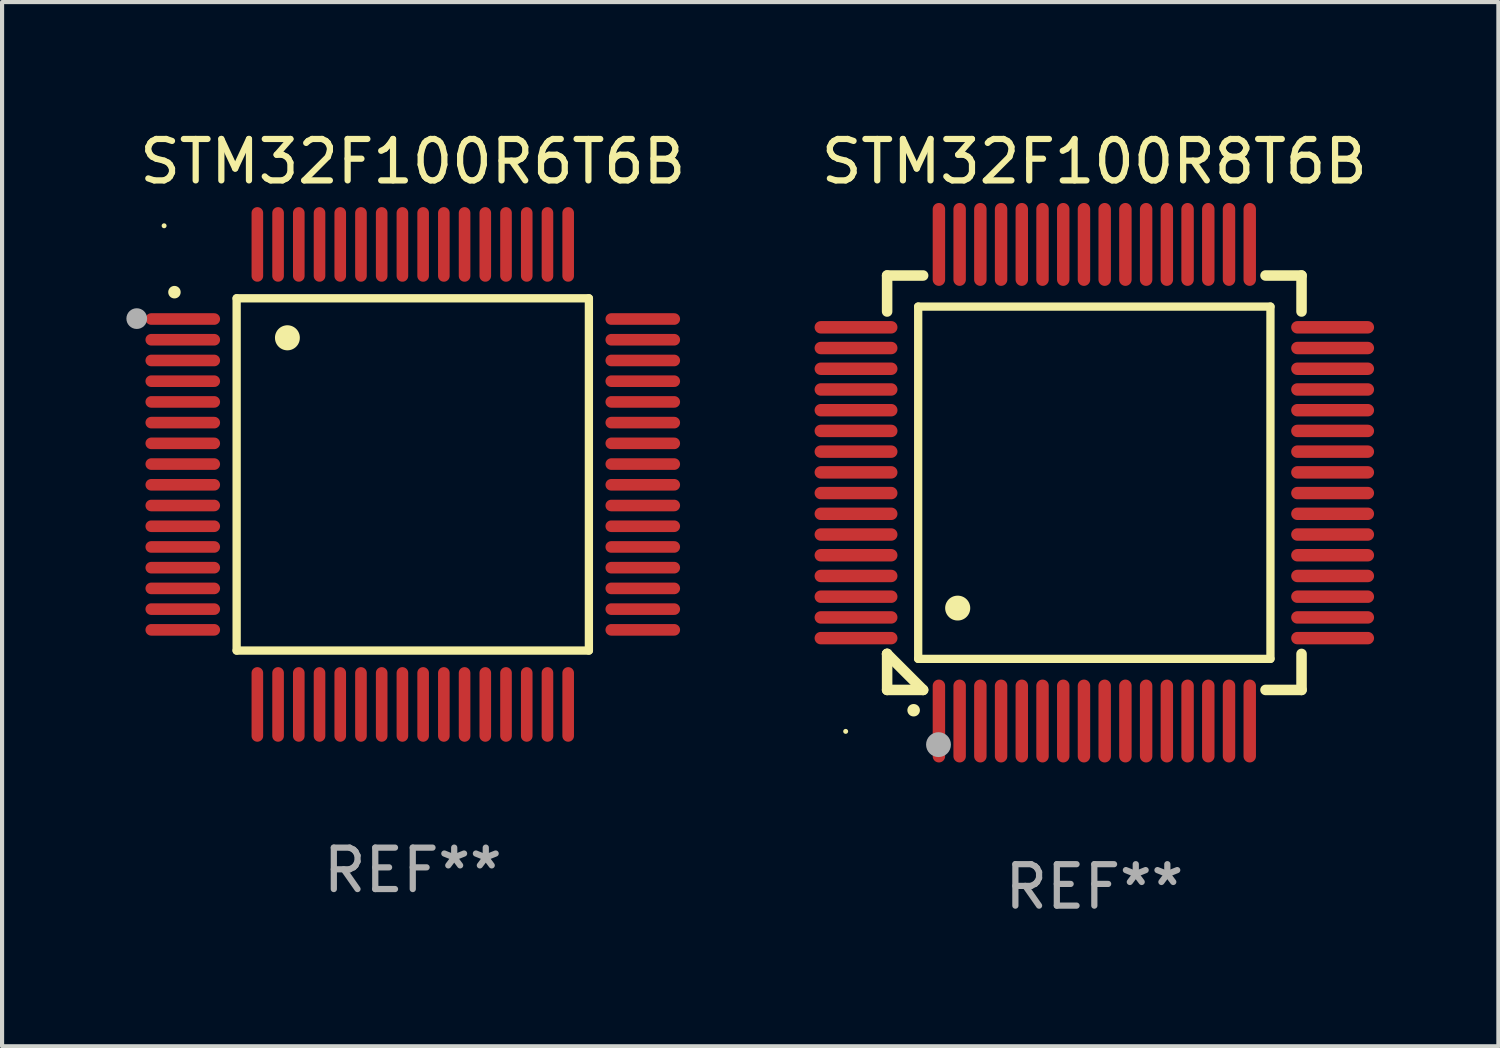
<source format=kicad_pcb>
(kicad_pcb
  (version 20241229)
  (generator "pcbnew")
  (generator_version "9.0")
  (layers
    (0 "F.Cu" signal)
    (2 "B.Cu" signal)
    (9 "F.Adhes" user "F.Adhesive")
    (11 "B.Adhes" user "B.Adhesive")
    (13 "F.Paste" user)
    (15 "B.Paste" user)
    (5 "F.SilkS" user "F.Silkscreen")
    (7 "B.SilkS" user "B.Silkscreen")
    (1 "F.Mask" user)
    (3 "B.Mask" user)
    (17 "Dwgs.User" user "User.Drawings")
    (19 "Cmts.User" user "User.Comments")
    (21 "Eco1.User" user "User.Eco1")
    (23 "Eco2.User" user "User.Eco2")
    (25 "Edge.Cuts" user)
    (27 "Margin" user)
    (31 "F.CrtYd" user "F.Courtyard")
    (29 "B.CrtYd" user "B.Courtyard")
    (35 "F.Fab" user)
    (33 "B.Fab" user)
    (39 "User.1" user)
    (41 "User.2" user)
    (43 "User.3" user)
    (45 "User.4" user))
  (footprint "STM32F100R8T6B"
    (layer "F.Cu")
    (at 23.356 8.598)
    (property "Reference" "STM32F100R8T6B" (at 0 -7.75 0) (layer "F.SilkS") (effects (font (size 1 1) (thickness 0.15))))
    (attr through_hole)
    (fp_line (start -5 -5) (end -4.131 -5) (stroke (width 0.254) (type solid)) (layer "F.SilkS"))
    (fp_line (start -5 -4.131) (end -5 -5) (stroke (width 0.254) (type solid)) (layer "F.SilkS"))
    (fp_line (start -5 4.131) (end -5 4.131) (stroke (width 0.254) (type solid)) (layer "F.SilkS"))
    (fp_line (start -5 5) (end -5 4.131) (stroke (width 0.254) (type solid)) (layer "F.SilkS"))
    (fp_line (start -5 4.131) (end -4.131 5) (stroke (width 0.254) (type solid)) (layer "F.SilkS"))
    (fp_line (start -4.25 -4.25) (end -4.25 4.25) (stroke (width 0.2) (type solid)) (layer "F.SilkS"))
    (fp_line (start -4.25 4.25) (end 4.25 4.25) (stroke (width 0.2) (type solid)) (layer "F.SilkS"))
    (fp_line (start -4.131 5) (end -5 5) (stroke (width 0.254) (type solid)) (layer "F.SilkS"))
    (fp_line (start 4.25 -4.25) (end -4.25 -4.25) (stroke (width 0.2) (type solid)) (layer "F.SilkS"))
    (fp_line (start 4.25 4.25) (end 4.25 -4.25) (stroke (width 0.2) (type solid)) (layer "F.SilkS"))
    (fp_line (start 5 -5) (end 4.131 -5) (stroke (width 0.254) (type solid)) (layer "F.SilkS"))
    (fp_line (start 5 -5) (end 5 -4.131) (stroke (width 0.254) (type solid)) (layer "F.SilkS"))
    (fp_line (start 5 4.131) (end 5 5) (stroke (width 0.254) (type solid)) (layer "F.SilkS"))
    (fp_line (start 5 5) (end 4.131 5) (stroke (width 0.254) (type solid)) (layer "F.SilkS"))
    (fp_arc (start -4.361265 5.489992) (mid -4.359995 5.489987) (end -4.358725 5.489992) (stroke (width 0.3) (type solid)) (layer "F.SilkS"))
    (fp_arc (start -3.299467 3.025146) (mid -3.296927 3.025135) (end -3.294387 3.025146) (stroke (width 0.6) (type solid)) (layer "F.SilkS"))
    (fp_circle (center -6 6) (end -5.97 6) (stroke (width 0.06) (type solid)) (fill no) (layer "F.SilkS"))
    (fp_circle (center -3.76 6.32) (end -3.61 6.32) (stroke (width 0.3) (type solid)) (fill no) (layer "F.Fab"))
    (fp_text user "REF**" (at 0 9.75 0) (layer "F.Fab") (effects (font (size 1 1) (thickness 0.15))))
    (pad "1" smd oval (at -3.75 5.75) (size 0.3 2) (layers "F.Cu" "F.Mask" "F.Paste"))
    (pad "2" smd oval (at -3.25 5.75) (size 0.3 2) (layers "F.Cu" "F.Mask" "F.Paste"))
    (pad "3" smd oval (at -2.75 5.75) (size 0.3 2) (layers "F.Cu" "F.Mask" "F.Paste"))
    (pad "4" smd oval (at -2.25 5.75) (size 0.3 2) (layers "F.Cu" "F.Mask" "F.Paste"))
    (pad "5" smd oval (at -1.75 5.75) (size 0.3 2) (layers "F.Cu" "F.Mask" "F.Paste"))
    (pad "6" smd oval (at -1.25 5.75) (size 0.3 2) (layers "F.Cu" "F.Mask" "F.Paste"))
    (pad "7" smd oval (at -0.75 5.75) (size 0.3 2) (layers "F.Cu" "F.Mask" "F.Paste"))
    (pad "8" smd oval (at -0.25 5.75) (size 0.3 2) (layers "F.Cu" "F.Mask" "F.Paste"))
    (pad "9" smd oval (at 0.25 5.75) (size 0.3 2) (layers "F.Cu" "F.Mask" "F.Paste"))
    (pad "10" smd oval (at 0.75 5.75) (size 0.3 2) (layers "F.Cu" "F.Mask" "F.Paste"))
    (pad "11" smd oval (at 1.25 5.75) (size 0.3 2) (layers "F.Cu" "F.Mask" "F.Paste"))
    (pad "12" smd oval (at 1.75 5.75) (size 0.3 2) (layers "F.Cu" "F.Mask" "F.Paste"))
    (pad "13" smd oval (at 2.25 5.75) (size 0.3 2) (layers "F.Cu" "F.Mask" "F.Paste"))
    (pad "14" smd oval (at 2.75 5.75) (size 0.3 2) (layers "F.Cu" "F.Mask" "F.Paste"))
    (pad "15" smd oval (at 3.25 5.75) (size 0.3 2) (layers "F.Cu" "F.Mask" "F.Paste"))
    (pad "16" smd oval (at 3.75 5.75) (size 0.3 2) (layers "F.Cu" "F.Mask" "F.Paste"))
    (pad "17" smd oval (at 5.75 3.75) (size 2 0.3) (layers "F.Cu" "F.Mask" "F.Paste"))
    (pad "18" smd oval (at 5.75 3.25) (size 2 0.3) (layers "F.Cu" "F.Mask" "F.Paste"))
    (pad "19" smd oval (at 5.75 2.75) (size 2 0.3) (layers "F.Cu" "F.Mask" "F.Paste"))
    (pad "20" smd oval (at 5.75 2.25) (size 2 0.3) (layers "F.Cu" "F.Mask" "F.Paste"))
    (pad "21" smd oval (at 5.75 1.75) (size 2 0.3) (layers "F.Cu" "F.Mask" "F.Paste"))
    (pad "22" smd oval (at 5.75 1.25) (size 2 0.3) (layers "F.Cu" "F.Mask" "F.Paste"))
    (pad "23" smd oval (at 5.75 0.75) (size 2 0.3) (layers "F.Cu" "F.Mask" "F.Paste"))
    (pad "24" smd oval (at 5.75 0.25) (size 2 0.3) (layers "F.Cu" "F.Mask" "F.Paste"))
    (pad "25" smd oval (at 5.75 -0.25) (size 2 0.3) (layers "F.Cu" "F.Mask" "F.Paste"))
    (pad "26" smd oval (at 5.75 -0.75) (size 2 0.3) (layers "F.Cu" "F.Mask" "F.Paste"))
    (pad "27" smd oval (at 5.75 -1.25) (size 2 0.3) (layers "F.Cu" "F.Mask" "F.Paste"))
    (pad "28" smd oval (at 5.75 -1.75) (size 2 0.3) (layers "F.Cu" "F.Mask" "F.Paste"))
    (pad "29" smd oval (at 5.75 -2.25) (size 2 0.3) (layers "F.Cu" "F.Mask" "F.Paste"))
    (pad "30" smd oval (at 5.75 -2.75) (size 2 0.3) (layers "F.Cu" "F.Mask" "F.Paste"))
    (pad "31" smd oval (at 5.75 -3.25) (size 2 0.3) (layers "F.Cu" "F.Mask" "F.Paste"))
    (pad "32" smd oval (at 5.75 -3.75) (size 2 0.3) (layers "F.Cu" "F.Mask" "F.Paste"))
    (pad "33" smd oval (at 3.75 -5.75) (size 0.3 2) (layers "F.Cu" "F.Mask" "F.Paste"))
    (pad "34" smd oval (at 3.25 -5.75) (size 0.3 2) (layers "F.Cu" "F.Mask" "F.Paste"))
    (pad "35" smd oval (at 2.75 -5.75) (size 0.3 2) (layers "F.Cu" "F.Mask" "F.Paste"))
    (pad "36" smd oval (at 2.25 -5.75) (size 0.3 2) (layers "F.Cu" "F.Mask" "F.Paste"))
    (pad "37" smd oval (at 1.75 -5.75) (size 0.3 2) (layers "F.Cu" "F.Mask" "F.Paste"))
    (pad "38" smd oval (at 1.25 -5.75) (size 0.3 2) (layers "F.Cu" "F.Mask" "F.Paste"))
    (pad "39" smd oval (at 0.75 -5.75) (size 0.3 2) (layers "F.Cu" "F.Mask" "F.Paste"))
    (pad "40" smd oval (at 0.25 -5.75) (size 0.3 2) (layers "F.Cu" "F.Mask" "F.Paste"))
    (pad "41" smd oval (at -0.25 -5.75) (size 0.3 2) (layers "F.Cu" "F.Mask" "F.Paste"))
    (pad "42" smd oval (at -0.75 -5.75) (size 0.3 2) (layers "F.Cu" "F.Mask" "F.Paste"))
    (pad "43" smd oval (at -1.25 -5.75) (size 0.3 2) (layers "F.Cu" "F.Mask" "F.Paste"))
    (pad "44" smd oval (at -1.75 -5.75) (size 0.3 2) (layers "F.Cu" "F.Mask" "F.Paste"))
    (pad "45" smd oval (at -2.25 -5.75) (size 0.3 2) (layers "F.Cu" "F.Mask" "F.Paste"))
    (pad "46" smd oval (at -2.75 -5.75) (size 0.3 2) (layers "F.Cu" "F.Mask" "F.Paste"))
    (pad "47" smd oval (at -3.25 -5.75) (size 0.3 2) (layers "F.Cu" "F.Mask" "F.Paste"))
    (pad "48" smd oval (at -3.75 -5.75) (size 0.3 2) (layers "F.Cu" "F.Mask" "F.Paste"))
    (pad "49" smd oval (at -5.75 -3.75) (size 2 0.3) (layers "F.Cu" "F.Mask" "F.Paste"))
    (pad "50" smd oval (at -5.75 -3.25) (size 2 0.3) (layers "F.Cu" "F.Mask" "F.Paste"))
    (pad "51" smd oval (at -5.75 -2.75) (size 2 0.3) (layers "F.Cu" "F.Mask" "F.Paste"))
    (pad "52" smd oval (at -5.75 -2.25) (size 2 0.3) (layers "F.Cu" "F.Mask" "F.Paste"))
    (pad "53" smd oval (at -5.75 -1.75) (size 2 0.3) (layers "F.Cu" "F.Mask" "F.Paste"))
    (pad "54" smd oval (at -5.75 -1.25) (size 2 0.3) (layers "F.Cu" "F.Mask" "F.Paste"))
    (pad "55" smd oval (at -5.75 -0.75) (size 2 0.3) (layers "F.Cu" "F.Mask" "F.Paste"))
    (pad "56" smd oval (at -5.75 -0.25) (size 2 0.3) (layers "F.Cu" "F.Mask" "F.Paste"))
    (pad "57" smd oval (at -5.75 0.25) (size 2 0.3) (layers "F.Cu" "F.Mask" "F.Paste"))
    (pad "58" smd oval (at -5.75 0.75) (size 2 0.3) (layers "F.Cu" "F.Mask" "F.Paste"))
    (pad "59" smd oval (at -5.75 1.25) (size 2 0.3) (layers "F.Cu" "F.Mask" "F.Paste"))
    (pad "60" smd oval (at -5.75 1.75) (size 2 0.3) (layers "F.Cu" "F.Mask" "F.Paste"))
    (pad "61" smd oval (at -5.75 2.25) (size 2 0.3) (layers "F.Cu" "F.Mask" "F.Paste"))
    (pad "62" smd oval (at -5.75 2.75) (size 2 0.3) (layers "F.Cu" "F.Mask" "F.Paste"))
    (pad "63" smd oval (at -5.75 3.25) (size 2 0.3) (layers "F.Cu" "F.Mask" "F.Paste"))
    (pad "64" smd oval (at -5.75 3.75) (size 2 0.3) (layers "F.Cu" "F.Mask" "F.Paste")))
  (footprint "STM32F100R6T6B"
    (layer "F.Cu")
    (at 6.91 8.398)
    (property "Reference" "STM32F100R6T6B" (at 0 -7.55 0) (layer "F.SilkS") (effects (font (size 1 1) (thickness 0.15))))
    (attr through_hole)
    (fp_line (start -4.25 -4.25) (end -4.25 4.25) (stroke (width 0.2) (type solid)) (layer "F.SilkS"))
    (fp_line (start -4.25 4.25) (end 4.25 4.25) (stroke (width 0.2) (type solid)) (layer "F.SilkS"))
    (fp_line (start 4.25 -4.25) (end -4.25 -4.25) (stroke (width 0.2) (type solid)) (layer "F.SilkS"))
    (fp_line (start 4.25 4.25) (end 4.25 -4.25) (stroke (width 0.2) (type solid)) (layer "F.SilkS"))
    (fp_arc (start -5.750572 -4.396749) (mid -5.750577 -4.398019) (end -5.750572 -4.399289) (stroke (width 0.3) (type solid)) (layer "F.SilkS"))
    (fp_arc (start -3.025146 -3.294387) (mid -3.025157 -3.296927) (end -3.025146 -3.299467) (stroke (width 0.6) (type solid)) (layer "F.SilkS"))
    (fp_circle (center -6 -6) (end -5.97 -6) (stroke (width 0.06) (type solid)) (fill no) (layer "F.SilkS"))
    (fp_circle (center -6.66 -3.76) (end -6.535 -3.76) (stroke (width 0.25) (type solid)) (fill no) (layer "F.Fab"))
    (fp_text user "REF**" (at 0 9.55 0) (layer "F.Fab") (effects (font (size 1 1) (thickness 0.15))))
    (pad "1" smd oval (at -5.55 -3.75) (size 1.8 0.28) (layers "F.Cu" "F.Mask" "F.Paste"))
    (pad "2" smd oval (at -5.55 -3.25) (size 1.8 0.28) (layers "F.Cu" "F.Mask" "F.Paste"))
    (pad "3" smd oval (at -5.55 -2.75) (size 1.8 0.28) (layers "F.Cu" "F.Mask" "F.Paste"))
    (pad "4" smd oval (at -5.55 -2.25) (size 1.8 0.28) (layers "F.Cu" "F.Mask" "F.Paste"))
    (pad "5" smd oval (at -5.55 -1.75) (size 1.8 0.28) (layers "F.Cu" "F.Mask" "F.Paste"))
    (pad "6" smd oval (at -5.55 -1.25) (size 1.8 0.28) (layers "F.Cu" "F.Mask" "F.Paste"))
    (pad "7" smd oval (at -5.55 -0.75) (size 1.8 0.28) (layers "F.Cu" "F.Mask" "F.Paste"))
    (pad "8" smd oval (at -5.55 -0.25) (size 1.8 0.28) (layers "F.Cu" "F.Mask" "F.Paste"))
    (pad "9" smd oval (at -5.55 0.25) (size 1.8 0.28) (layers "F.Cu" "F.Mask" "F.Paste"))
    (pad "10" smd oval (at -5.55 0.75) (size 1.8 0.28) (layers "F.Cu" "F.Mask" "F.Paste"))
    (pad "11" smd oval (at -5.55 1.25) (size 1.8 0.28) (layers "F.Cu" "F.Mask" "F.Paste"))
    (pad "12" smd oval (at -5.55 1.75) (size 1.8 0.28) (layers "F.Cu" "F.Mask" "F.Paste"))
    (pad "13" smd oval (at -5.55 2.25) (size 1.8 0.28) (layers "F.Cu" "F.Mask" "F.Paste"))
    (pad "14" smd oval (at -5.55 2.75) (size 1.8 0.28) (layers "F.Cu" "F.Mask" "F.Paste"))
    (pad "15" smd oval (at -5.55 3.25) (size 1.8 0.28) (layers "F.Cu" "F.Mask" "F.Paste"))
    (pad "16" smd oval (at -5.55 3.75) (size 1.8 0.28) (layers "F.Cu" "F.Mask" "F.Paste"))
    (pad "17" smd oval (at -3.75 5.55) (size 0.28 1.8) (layers "F.Cu" "F.Mask" "F.Paste"))
    (pad "18" smd oval (at -3.25 5.55) (size 0.28 1.8) (layers "F.Cu" "F.Mask" "F.Paste"))
    (pad "19" smd oval (at -2.75 5.55) (size 0.28 1.8) (layers "F.Cu" "F.Mask" "F.Paste"))
    (pad "20" smd oval (at -2.25 5.55) (size 0.28 1.8) (layers "F.Cu" "F.Mask" "F.Paste"))
    (pad "21" smd oval (at -1.75 5.55) (size 0.28 1.8) (layers "F.Cu" "F.Mask" "F.Paste"))
    (pad "22" smd oval (at -1.25 5.55) (size 0.28 1.8) (layers "F.Cu" "F.Mask" "F.Paste"))
    (pad "23" smd oval (at -0.75 5.55) (size 0.28 1.8) (layers "F.Cu" "F.Mask" "F.Paste"))
    (pad "24" smd oval (at -0.25 5.55) (size 0.28 1.8) (layers "F.Cu" "F.Mask" "F.Paste"))
    (pad "25" smd oval (at 0.25 5.55) (size 0.28 1.8) (layers "F.Cu" "F.Mask" "F.Paste"))
    (pad "26" smd oval (at 0.75 5.55) (size 0.28 1.8) (layers "F.Cu" "F.Mask" "F.Paste"))
    (pad "27" smd oval (at 1.25 5.55) (size 0.28 1.8) (layers "F.Cu" "F.Mask" "F.Paste"))
    (pad "28" smd oval (at 1.75 5.55) (size 0.28 1.8) (layers "F.Cu" "F.Mask" "F.Paste"))
    (pad "29" smd oval (at 2.25 5.55) (size 0.28 1.8) (layers "F.Cu" "F.Mask" "F.Paste"))
    (pad "30" smd oval (at 2.75 5.55) (size 0.28 1.8) (layers "F.Cu" "F.Mask" "F.Paste"))
    (pad "31" smd oval (at 3.25 5.55) (size 0.28 1.8) (layers "F.Cu" "F.Mask" "F.Paste"))
    (pad "32" smd oval (at 3.75 5.55) (size 0.28 1.8) (layers "F.Cu" "F.Mask" "F.Paste"))
    (pad "33" smd oval (at 5.55 3.75) (size 1.8 0.28) (layers "F.Cu" "F.Mask" "F.Paste"))
    (pad "34" smd oval (at 5.55 3.25) (size 1.8 0.28) (layers "F.Cu" "F.Mask" "F.Paste"))
    (pad "35" smd oval (at 5.55 2.75) (size 1.8 0.28) (layers "F.Cu" "F.Mask" "F.Paste"))
    (pad "36" smd oval (at 5.55 2.25) (size 1.8 0.28) (layers "F.Cu" "F.Mask" "F.Paste"))
    (pad "37" smd oval (at 5.55 1.75) (size 1.8 0.28) (layers "F.Cu" "F.Mask" "F.Paste"))
    (pad "38" smd oval (at 5.55 1.25) (size 1.8 0.28) (layers "F.Cu" "F.Mask" "F.Paste"))
    (pad "39" smd oval (at 5.55 0.75) (size 1.8 0.28) (layers "F.Cu" "F.Mask" "F.Paste"))
    (pad "40" smd oval (at 5.55 0.25) (size 1.8 0.28) (layers "F.Cu" "F.Mask" "F.Paste"))
    (pad "41" smd oval (at 5.55 -0.25) (size 1.8 0.28) (layers "F.Cu" "F.Mask" "F.Paste"))
    (pad "42" smd oval (at 5.55 -0.75) (size 1.8 0.28) (layers "F.Cu" "F.Mask" "F.Paste"))
    (pad "43" smd oval (at 5.55 -1.25) (size 1.8 0.28) (layers "F.Cu" "F.Mask" "F.Paste"))
    (pad "44" smd oval (at 5.55 -1.75) (size 1.8 0.28) (layers "F.Cu" "F.Mask" "F.Paste"))
    (pad "45" smd oval (at 5.55 -2.25) (size 1.8 0.28) (layers "F.Cu" "F.Mask" "F.Paste"))
    (pad "46" smd oval (at 5.55 -2.75) (size 1.8 0.28) (layers "F.Cu" "F.Mask" "F.Paste"))
    (pad "47" smd oval (at 5.55 -3.25) (size 1.8 0.28) (layers "F.Cu" "F.Mask" "F.Paste"))
    (pad "48" smd oval (at 5.55 -3.75) (size 1.8 0.28) (layers "F.Cu" "F.Mask" "F.Paste"))
    (pad "49" smd oval (at 3.75 -5.55) (size 0.28 1.8) (layers "F.Cu" "F.Mask" "F.Paste"))
    (pad "50" smd oval (at 3.25 -5.55) (size 0.28 1.8) (layers "F.Cu" "F.Mask" "F.Paste"))
    (pad "51" smd oval (at 2.75 -5.55) (size 0.28 1.8) (layers "F.Cu" "F.Mask" "F.Paste"))
    (pad "52" smd oval (at 2.25 -5.55) (size 0.28 1.8) (layers "F.Cu" "F.Mask" "F.Paste"))
    (pad "53" smd oval (at 1.75 -5.55) (size 0.28 1.8) (layers "F.Cu" "F.Mask" "F.Paste"))
    (pad "54" smd oval (at 1.25 -5.55) (size 0.28 1.8) (layers "F.Cu" "F.Mask" "F.Paste"))
    (pad "55" smd oval (at 0.75 -5.55) (size 0.28 1.8) (layers "F.Cu" "F.Mask" "F.Paste"))
    (pad "56" smd oval (at 0.25 -5.55) (size 0.28 1.8) (layers "F.Cu" "F.Mask" "F.Paste"))
    (pad "57" smd oval (at -0.25 -5.55) (size 0.28 1.8) (layers "F.Cu" "F.Mask" "F.Paste"))
    (pad "58" smd oval (at -0.75 -5.55) (size 0.28 1.8) (layers "F.Cu" "F.Mask" "F.Paste"))
    (pad "59" smd oval (at -1.25 -5.55) (size 0.28 1.8) (layers "F.Cu" "F.Mask" "F.Paste"))
    (pad "60" smd oval (at -1.75 -5.55) (size 0.28 1.8) (layers "F.Cu" "F.Mask" "F.Paste"))
    (pad "61" smd oval (at -2.25 -5.55) (size 0.28 1.8) (layers "F.Cu" "F.Mask" "F.Paste"))
    (pad "62" smd oval (at -2.75 -5.55) (size 0.28 1.8) (layers "F.Cu" "F.Mask" "F.Paste"))
    (pad "63" smd oval (at -3.25 -5.55) (size 0.28 1.8) (layers "F.Cu" "F.Mask" "F.Paste"))
    (pad "64" smd oval (at -3.75 -5.55) (size 0.28 1.8) (layers "F.Cu" "F.Mask" "F.Paste")))
  (gr_rect
    (start -3 -3)
    (end 33.106 22.196)
    (stroke (width 0.1) (type default))
    (fill no)
    (layer "Edge.Cuts")))
</source>
